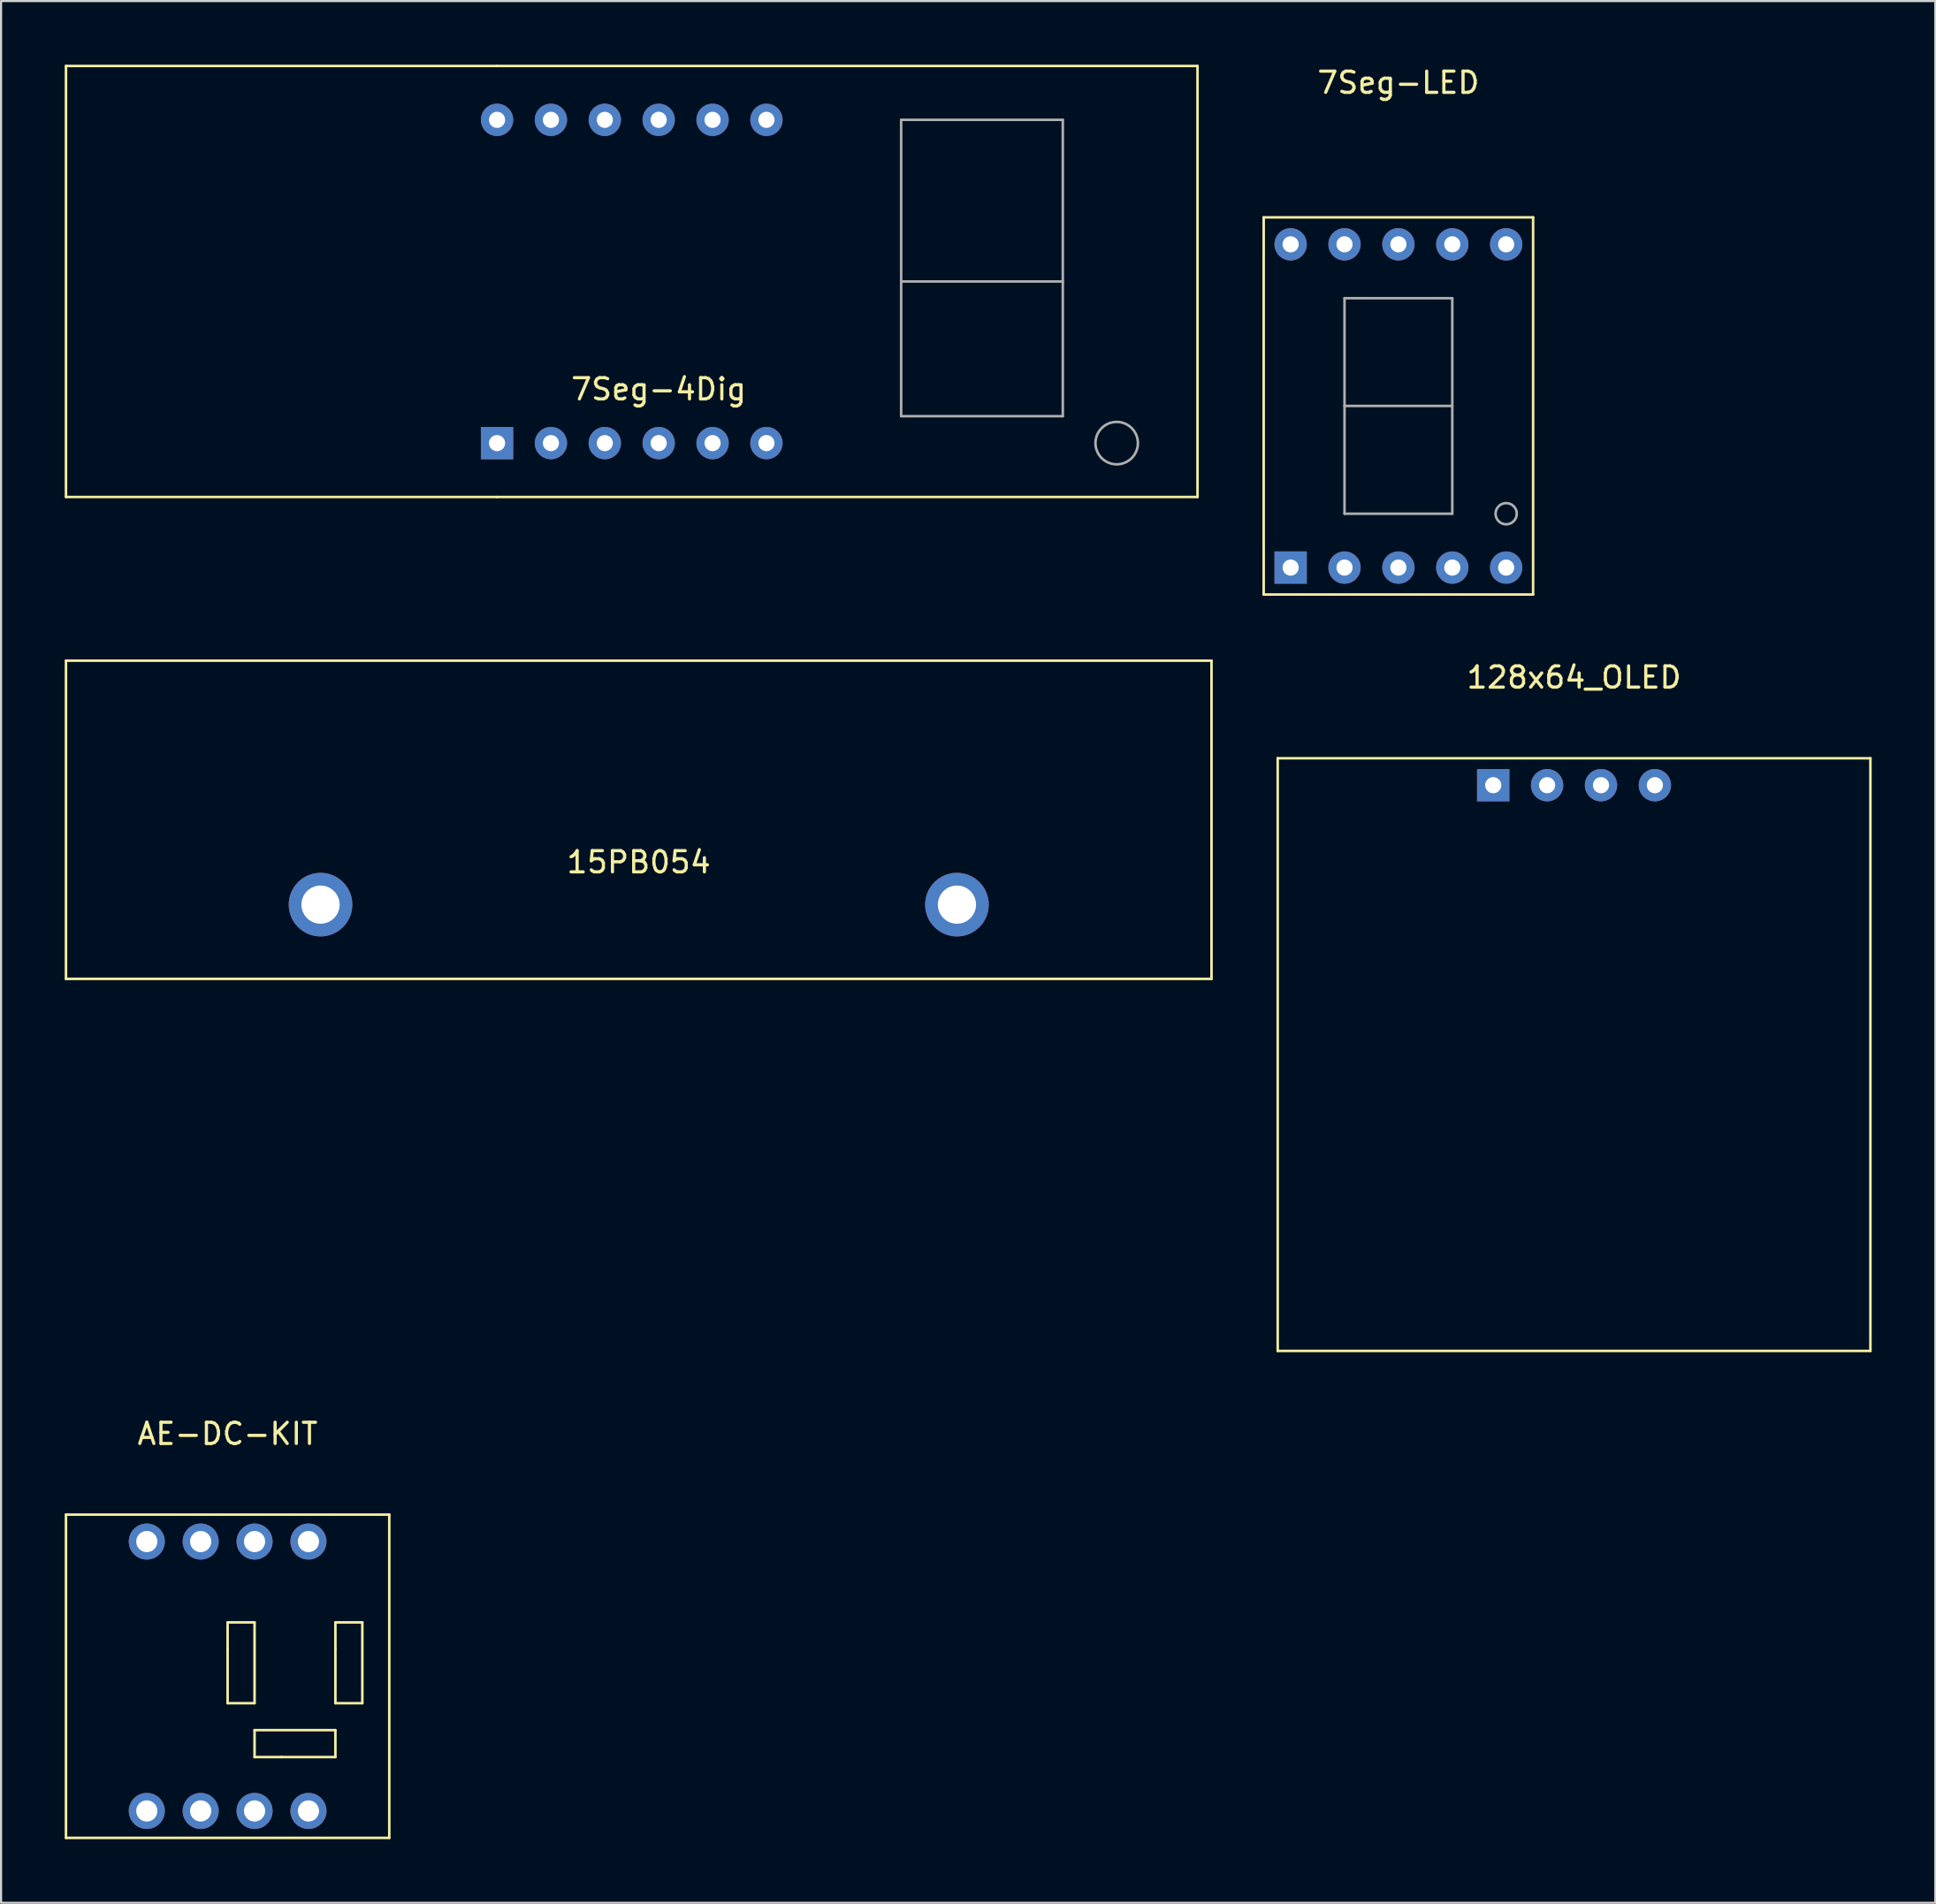
<source format=kicad_pcb>
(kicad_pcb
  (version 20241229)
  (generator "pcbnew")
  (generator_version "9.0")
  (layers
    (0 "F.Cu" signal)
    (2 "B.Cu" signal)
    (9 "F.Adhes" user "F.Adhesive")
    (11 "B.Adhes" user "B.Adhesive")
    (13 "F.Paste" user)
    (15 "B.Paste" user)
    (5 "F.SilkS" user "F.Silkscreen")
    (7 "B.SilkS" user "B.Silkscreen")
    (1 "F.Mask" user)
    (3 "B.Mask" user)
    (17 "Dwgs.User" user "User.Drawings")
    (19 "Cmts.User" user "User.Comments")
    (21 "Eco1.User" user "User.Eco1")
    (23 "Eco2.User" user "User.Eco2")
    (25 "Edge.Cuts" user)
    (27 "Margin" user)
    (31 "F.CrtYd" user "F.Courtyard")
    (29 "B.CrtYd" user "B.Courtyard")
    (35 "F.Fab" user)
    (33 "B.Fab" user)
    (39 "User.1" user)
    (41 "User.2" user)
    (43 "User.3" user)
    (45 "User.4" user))
  (footprint "128x64_OLED"
    (layer "F.Cu")
    (at 71.15 33.967)
    (property "Reference" "128x64_OLED" (at 0 -5.08 0) (layer "F.SilkS") (effects (font (size 1 1) (thickness 0.15))))
    (attr through_hole)
    (fp_line (start -13.97 -1.27) (end -13.97 26.67) (stroke (width 0.12) (type solid)) (layer "F.SilkS"))
    (fp_line (start -13.97 26.67) (end 13.97 26.67) (stroke (width 0.12) (type solid)) (layer "F.SilkS"))
    (fp_line (start 13.97 -1.27) (end -13.97 -1.27) (stroke (width 0.12) (type solid)) (layer "F.SilkS"))
    (fp_line (start 13.97 26.67) (end 13.97 -1.27) (stroke (width 0.12) (type solid)) (layer "F.SilkS"))
    (pad "1" thru_hole rect (at -3.81 0) (size 1.524 1.524) (drill 0.762) (layers "*.Cu" "*.Mask"))
    (pad "2" thru_hole circle (at -1.27 0) (size 1.524 1.524) (drill 0.762) (layers "*.Cu" "*.Mask"))
    (pad "3" thru_hole circle (at 1.27 0) (size 1.524 1.524) (drill 0.762) (layers "*.Cu" "*.Mask"))
    (pad "4" thru_hole circle (at 3.81 0) (size 1.524 1.524) (drill 0.762) (layers "*.Cu" "*.Mask")))
  (footprint "7Seg-4Dig"
    (layer "F.Cu")
    (at 20.38 17.84)
    (property "Reference" "7Seg-4Dig" (at 7.62 -2.54 0) (layer "F.SilkS") (effects (font (size 1 1) (thickness 0.15))))
    (attr through_hole)
    (fp_line (start -20.32 -17.78) (end -20.32 2.54) (stroke (width 0.12) (type solid)) (layer "F.SilkS"))
    (fp_line (start -20.32 2.54) (end 0 2.54) (stroke (width 0.12) (type solid)) (layer "F.SilkS"))
    (fp_line (start 0 -17.78) (end -20.32 -17.78) (stroke (width 0.12) (type solid)) (layer "F.SilkS"))
    (fp_line (start 0 2.54) (end 33.02 2.54) (stroke (width 0.12) (type solid)) (layer "F.SilkS"))
    (fp_line (start 33.02 -17.78) (end 0 -17.78) (stroke (width 0.12) (type solid)) (layer "F.SilkS"))
    (fp_line (start 33.02 2.54) (end 33.02 -17.78) (stroke (width 0.12) (type solid)) (layer "F.SilkS"))
    (fp_line (start 19.05 -15.24) (end 26.67 -15.24) (stroke (width 0.12) (type solid)) (layer "F.Fab"))
    (fp_line (start 19.05 -7.62) (end 26.67 -7.62) (stroke (width 0.12) (type solid)) (layer "F.Fab"))
    (fp_line (start 19.05 -1.27) (end 19.05 -15.24) (stroke (width 0.12) (type solid)) (layer "F.Fab"))
    (fp_line (start 26.67 -15.24) (end 26.67 -1.27) (stroke (width 0.12) (type solid)) (layer "F.Fab"))
    (fp_line (start 26.67 -1.27) (end 19.05 -1.27) (stroke (width 0.12) (type solid)) (layer "F.Fab"))
    (fp_circle (center 29.21 0) (end 30.21 0) (stroke (width 0.12) (type solid)) (fill no) (layer "F.Fab"))
    (pad "1" thru_hole rect (at 0 0) (size 1.524 1.524) (drill 0.762) (layers "*.Cu" "*.Mask"))
    (pad "2" thru_hole circle (at 2.54 0) (size 1.524 1.524) (drill 0.762) (layers "*.Cu" "*.Mask"))
    (pad "3" thru_hole circle (at 5.08 0) (size 1.524 1.524) (drill 0.762) (layers "*.Cu" "*.Mask"))
    (pad "4" thru_hole circle (at 7.62 0) (size 1.524 1.524) (drill 0.762) (layers "*.Cu" "*.Mask"))
    (pad "5" thru_hole circle (at 10.16 0) (size 1.524 1.524) (drill 0.762) (layers "*.Cu" "*.Mask"))
    (pad "6" thru_hole circle (at 12.7 0) (size 1.524 1.524) (drill 0.762) (layers "*.Cu" "*.Mask"))
    (pad "7" thru_hole circle (at 12.7 -15.24) (size 1.524 1.524) (drill 0.762) (layers "*.Cu" "*.Mask"))
    (pad "8" thru_hole circle (at 10.16 -15.24) (size 1.524 1.524) (drill 0.762) (layers "*.Cu" "*.Mask"))
    (pad "9" thru_hole circle (at 7.62 -15.24) (size 1.524 1.524) (drill 0.762) (layers "*.Cu" "*.Mask"))
    (pad "10" thru_hole circle (at 5.08 -15.24) (size 1.524 1.524) (drill 0.762) (layers "*.Cu" "*.Mask"))
    (pad "11" thru_hole circle (at 2.54 -15.24) (size 1.524 1.524) (drill 0.762) (layers "*.Cu" "*.Mask"))
    (pad "12" thru_hole circle (at 0 -15.24) (size 1.524 1.524) (drill 0.762) (layers "*.Cu" "*.Mask")))
  (footprint "7Seg-LED"
    (layer "F.Cu")
    (at 57.79 23.708)
    (property "Reference" "7Seg-LED" (at 5.08 -22.86 0) (layer "F.SilkS") (effects (font (size 1 1) (thickness 0.15))))
    (attr through_hole)
    (fp_line (start -1.27 -16.51) (end -1.27 1.27) (stroke (width 0.12) (type solid)) (layer "F.SilkS"))
    (fp_line (start -1.27 1.27) (end 11.43 1.27) (stroke (width 0.12) (type solid)) (layer "F.SilkS"))
    (fp_line (start 11.43 -16.51) (end -1.27 -16.51) (stroke (width 0.12) (type solid)) (layer "F.SilkS"))
    (fp_line (start 11.43 1.27) (end 11.43 -16.51) (stroke (width 0.12) (type solid)) (layer "F.SilkS"))
    (fp_line (start 2.54 -12.7) (end 7.62 -12.7) (stroke (width 0.12) (type solid)) (layer "F.Fab"))
    (fp_line (start 2.54 -7.62) (end 7.62 -7.62) (stroke (width 0.12) (type solid)) (layer "F.Fab"))
    (fp_line (start 2.54 -2.54) (end 2.54 -12.7) (stroke (width 0.12) (type solid)) (layer "F.Fab"))
    (fp_line (start 7.62 -12.7) (end 7.62 -2.54) (stroke (width 0.12) (type solid)) (layer "F.Fab"))
    (fp_line (start 7.62 -2.54) (end 2.54 -2.54) (stroke (width 0.12) (type solid)) (layer "F.Fab"))
    (fp_circle (center 10.16 -2.54) (end 10.66 -2.54) (stroke (width 0.12) (type solid)) (fill no) (layer "F.Fab"))
    (pad "1" thru_hole rect (at 0 0) (size 1.524 1.524) (drill 0.762) (layers "*.Cu" "*.Mask"))
    (pad "2" thru_hole circle (at 2.54 0) (size 1.524 1.524) (drill 0.762) (layers "*.Cu" "*.Mask"))
    (pad "3" thru_hole circle (at 5.08 0) (size 1.524 1.524) (drill 0.762) (layers "*.Cu" "*.Mask"))
    (pad "4" thru_hole circle (at 7.62 0) (size 1.524 1.524) (drill 0.762) (layers "*.Cu" "*.Mask"))
    (pad "5" thru_hole circle (at 10.16 0) (size 1.524 1.524) (drill 0.762) (layers "*.Cu" "*.Mask"))
    (pad "6" thru_hole circle (at 10.16 -15.24) (size 1.524 1.524) (drill 0.762) (layers "*.Cu" "*.Mask"))
    (pad "7" thru_hole circle (at 7.62 -15.24) (size 1.524 1.524) (drill 0.762) (layers "*.Cu" "*.Mask"))
    (pad "8" thru_hole circle (at 5.08 -15.24) (size 1.524 1.524) (drill 0.762) (layers "*.Cu" "*.Mask"))
    (pad "9" thru_hole circle (at 2.54 -15.24) (size 1.524 1.524) (drill 0.762) (layers "*.Cu" "*.Mask"))
    (pad "10" thru_hole circle (at 0 -15.24) (size 1.524 1.524) (drill 0.762) (layers "*.Cu" "*.Mask")))
  (footprint "15PB054"
    (layer "F.Cu")
    (at 27.06 39.598)
    (property "Reference" "15PB054" (at 0 -2 0) (layer "F.SilkS") (effects (font (size 1 1) (thickness 0.15))))
    (attr through_hole)
    (fp_line (start -27 -11.5) (end 27 -11.5) (stroke (width 0.12) (type solid)) (layer "F.SilkS"))
    (fp_line (start -27 3.5) (end -27 -11.5) (stroke (width 0.12) (type solid)) (layer "F.SilkS"))
    (fp_line (start -27 3.5) (end 27 3.5) (stroke (width 0.12) (type solid)) (layer "F.SilkS"))
    (fp_line (start 27 3.5) (end 27 -11.5) (stroke (width 0.12) (type solid)) (layer "F.SilkS"))
    (pad "1" thru_hole circle (at -15 0) (size 3 3) (drill 1.8) (layers "*.Cu" "*.Mask"))
    (pad "2" thru_hole circle (at 15 0) (size 3 3) (drill 1.8) (layers "*.Cu" "*.Mask")))
  (footprint "AE-DC-KIT"
    (layer "F.Cu")
    (at 7.68 68.355)
    (property "Reference" "AE-DC-KIT" (at 0 -3.81 0) (layer "F.SilkS") (effects (font (size 1 1) (thickness 0.15))))
    (attr through_hole)
    (fp_line (start -7.62 0) (end 7.62 0) (stroke (width 0.12) (type solid)) (layer "F.SilkS"))
    (fp_line (start -7.62 15.24) (end -7.62 0) (stroke (width 0.12) (type solid)) (layer "F.SilkS"))
    (fp_line (start 0 5.08) (end 0 6.35) (stroke (width 0.12) (type solid)) (layer "F.SilkS"))
    (fp_line (start 0 6.35) (end 0 8.89) (stroke (width 0.12) (type solid)) (layer "F.SilkS"))
    (fp_line (start 0 8.89) (end 1.27 8.89) (stroke (width 0.12) (type solid)) (layer "F.SilkS"))
    (fp_line (start 1.27 5.08) (end 0 5.08) (stroke (width 0.12) (type solid)) (layer "F.SilkS"))
    (fp_line (start 1.27 8.89) (end 1.27 5.08) (stroke (width 0.12) (type solid)) (layer "F.SilkS"))
    (fp_line (start 1.27 10.16) (end 1.27 11.43) (stroke (width 0.12) (type solid)) (layer "F.SilkS"))
    (fp_line (start 1.27 11.43) (end 2.54 11.43) (stroke (width 0.12) (type solid)) (layer "F.SilkS"))
    (fp_line (start 2.54 11.43) (end 5.08 11.43) (stroke (width 0.12) (type solid)) (layer "F.SilkS"))
    (fp_line (start 5.08 5.08) (end 5.08 6.35) (stroke (width 0.12) (type solid)) (layer "F.SilkS"))
    (fp_line (start 5.08 6.35) (end 5.08 8.89) (stroke (width 0.12) (type solid)) (layer "F.SilkS"))
    (fp_line (start 5.08 8.89) (end 6.35 8.89) (stroke (width 0.12) (type solid)) (layer "F.SilkS"))
    (fp_line (start 5.08 10.16) (end 1.27 10.16) (stroke (width 0.12) (type solid)) (layer "F.SilkS"))
    (fp_line (start 5.08 11.43) (end 5.08 10.16) (stroke (width 0.12) (type solid)) (layer "F.SilkS"))
    (fp_line (start 6.35 5.08) (end 5.08 5.08) (stroke (width 0.12) (type solid)) (layer "F.SilkS"))
    (fp_line (start 6.35 8.89) (end 6.35 5.08) (stroke (width 0.12) (type solid)) (layer "F.SilkS"))
    (fp_line (start 7.62 0) (end 7.62 15.24) (stroke (width 0.12) (type solid)) (layer "F.SilkS"))
    (fp_line (start 7.62 15.24) (end -7.62 15.24) (stroke (width 0.12) (type solid)) (layer "F.SilkS"))
    (pad "1" thru_hole circle (at 1.27 1.27) (size 1.7 1.7) (drill 1) (layers "*.Cu" "*.Mask"))
    (pad "1" thru_hole circle (at 1.27 13.97) (size 1.7 1.7) (drill 1) (layers "*.Cu" "*.Mask"))
    (pad "1" thru_hole circle (at 3.81 1.27) (size 1.7 1.7) (drill 1) (layers "*.Cu" "*.Mask"))
    (pad "1" thru_hole circle (at 3.81 13.97) (size 1.7 1.7) (drill 1) (layers "*.Cu" "*.Mask"))
    (pad "2" thru_hole circle (at -3.81 1.27) (size 1.7 1.7) (drill 1) (layers "*.Cu" "*.Mask"))
    (pad "2" thru_hole circle (at -3.81 13.97) (size 1.7 1.7) (drill 1) (layers "*.Cu" "*.Mask"))
    (pad "2" thru_hole circle (at -1.27 1.27) (size 1.7 1.7) (drill 1) (layers "*.Cu" "*.Mask"))
    (pad "2" thru_hole circle (at -1.27 13.97) (size 1.7 1.7) (drill 1) (layers "*.Cu" "*.Mask")))
  (gr_rect
    (start -3 -3)
    (end 88.18 86.655)
    (stroke (width 0.1) (type default))
    (fill no)
    (layer "Edge.Cuts")))
</source>
